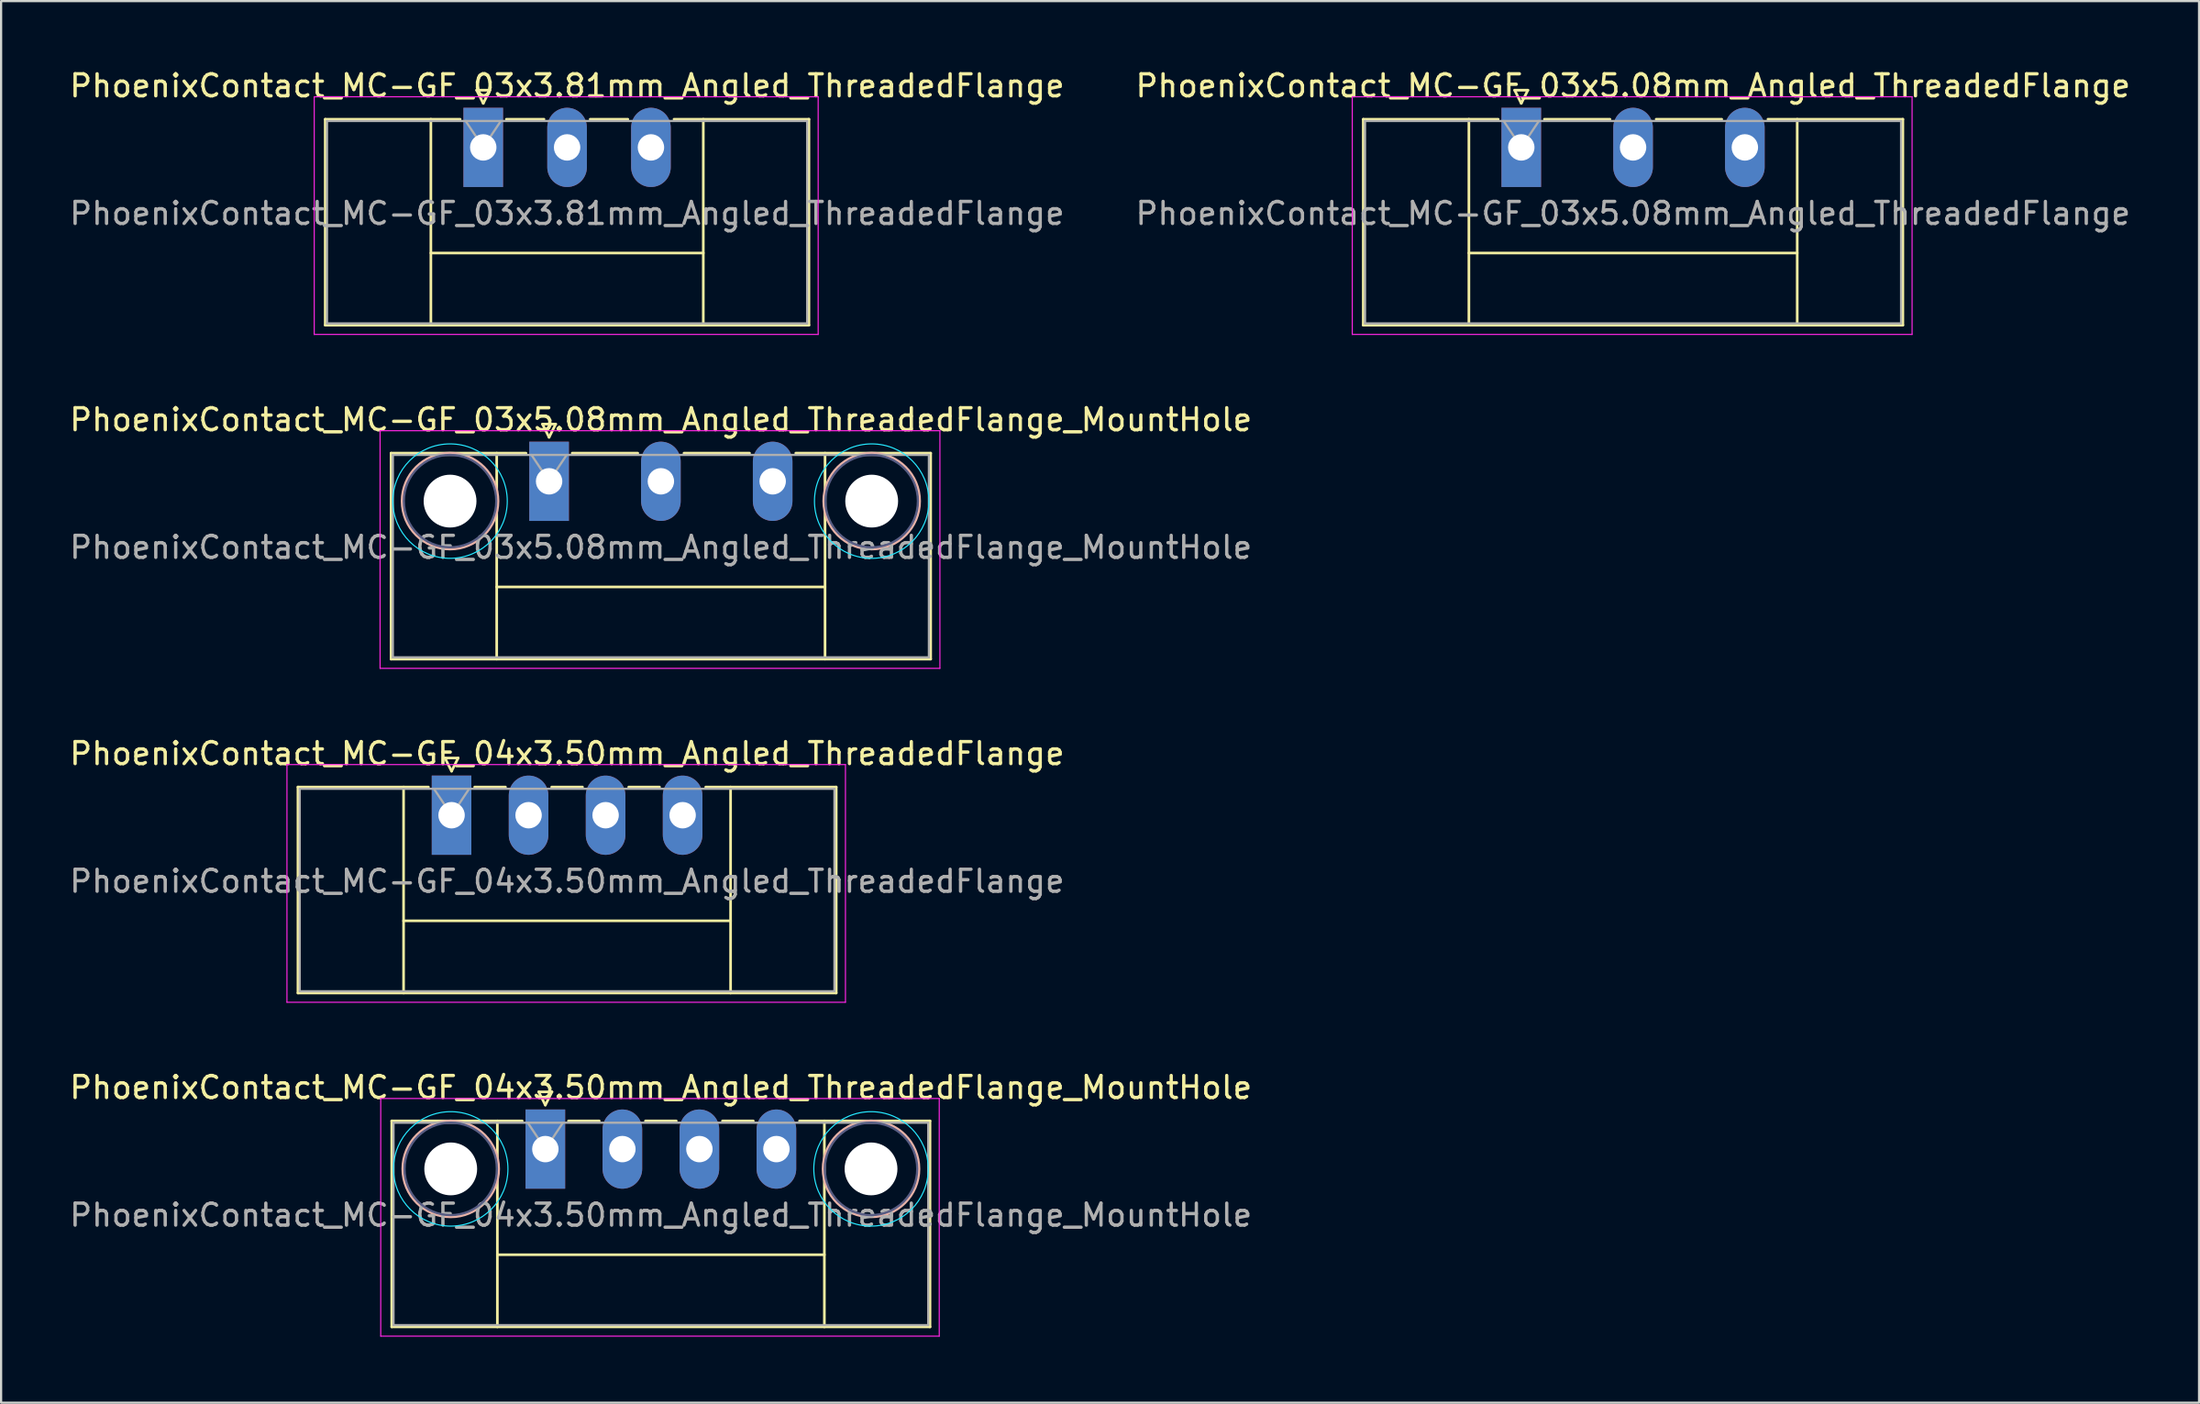
<source format=kicad_pcb>
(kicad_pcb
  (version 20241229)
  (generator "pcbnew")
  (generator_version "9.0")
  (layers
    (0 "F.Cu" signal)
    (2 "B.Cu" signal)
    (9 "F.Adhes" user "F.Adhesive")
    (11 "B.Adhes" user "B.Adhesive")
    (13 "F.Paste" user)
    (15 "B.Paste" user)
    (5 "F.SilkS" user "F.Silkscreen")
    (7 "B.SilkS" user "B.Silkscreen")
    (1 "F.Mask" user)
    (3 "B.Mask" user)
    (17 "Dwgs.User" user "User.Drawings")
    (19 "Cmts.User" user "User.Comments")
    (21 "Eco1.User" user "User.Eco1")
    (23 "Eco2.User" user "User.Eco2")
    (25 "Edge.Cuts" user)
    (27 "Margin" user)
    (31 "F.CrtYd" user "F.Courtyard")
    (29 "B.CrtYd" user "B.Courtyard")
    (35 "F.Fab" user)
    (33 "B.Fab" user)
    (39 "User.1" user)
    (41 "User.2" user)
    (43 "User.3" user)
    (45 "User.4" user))
  (footprint "PhoenixContact_MC-GF_03x5.08mm_Angled_ThreadedFlange"
    (layer "F.Cu")
    (at 66.081 3.648)
    (property "Reference" "PhoenixContact_MC-GF_03x5.08mm_Angled_ThreadedFlange" (at 5.08 -2.8 0) (layer "F.SilkS") (effects (font (size 1 1) (thickness 0.15))))
    (attr through_hole)
    (fp_line (start -7.18 -1.28) (end -7.18 8.08) (stroke (width 0.12) (type solid)) (layer "F.SilkS"))
    (fp_line (start -7.18 -1.28) (end -1.05 -1.28) (stroke (width 0.12) (type solid)) (layer "F.SilkS"))
    (fp_line (start -7.18 8.08) (end 17.34 8.08) (stroke (width 0.12) (type solid)) (layer "F.SilkS"))
    (fp_line (start -2.38 -1.28) (end -2.38 8.08) (stroke (width 0.12) (type solid)) (layer "F.SilkS"))
    (fp_line (start -2.38 4.8) (end 12.54 4.8) (stroke (width 0.12) (type solid)) (layer "F.SilkS"))
    (fp_line (start -0.3 -2.6) (end 0.3 -2.6) (stroke (width 0.12) (type solid)) (layer "F.SilkS"))
    (fp_line (start 0 -2) (end -0.3 -2.6) (stroke (width 0.12) (type solid)) (layer "F.SilkS"))
    (fp_line (start 0.3 -2.6) (end 0 -2) (stroke (width 0.12) (type solid)) (layer "F.SilkS"))
    (fp_line (start 1.05 -1.28) (end 4.03 -1.28) (stroke (width 0.12) (type solid)) (layer "F.SilkS"))
    (fp_line (start 6.13 -1.28) (end 9.11 -1.28) (stroke (width 0.12) (type solid)) (layer "F.SilkS"))
    (fp_line (start 12.54 -1.28) (end 12.54 8.08) (stroke (width 0.12) (type solid)) (layer "F.SilkS"))
    (fp_line (start 17.34 -1.28) (end 11.21 -1.28) (stroke (width 0.12) (type solid)) (layer "F.SilkS"))
    (fp_line (start 17.34 8.08) (end 17.34 -1.28) (stroke (width 0.12) (type solid)) (layer "F.SilkS"))
    (fp_line (start -7.68 -2.3) (end -7.68 8.5) (stroke (width 0.05) (type solid)) (layer "F.CrtYd"))
    (fp_line (start -7.68 8.5) (end 17.76 8.5) (stroke (width 0.05) (type solid)) (layer "F.CrtYd"))
    (fp_line (start 17.76 -2.3) (end -7.68 -2.3) (stroke (width 0.05) (type solid)) (layer "F.CrtYd"))
    (fp_line (start 17.76 8.5) (end 17.76 -2.3) (stroke (width 0.05) (type solid)) (layer "F.CrtYd"))
    (fp_line (start -7.1 -1.2) (end -7.1 8) (stroke (width 0.1) (type solid)) (layer "F.Fab"))
    (fp_line (start -7.1 8) (end 17.26 8) (stroke (width 0.1) (type solid)) (layer "F.Fab"))
    (fp_line (start 0 0) (end -0.8 -1.2) (stroke (width 0.1) (type solid)) (layer "F.Fab"))
    (fp_line (start 0.8 -1.2) (end 0 0) (stroke (width 0.1) (type solid)) (layer "F.Fab"))
    (fp_line (start 17.26 -1.2) (end -7.1 -1.2) (stroke (width 0.1) (type solid)) (layer "F.Fab"))
    (fp_line (start 17.26 8) (end 17.26 -1.2) (stroke (width 0.1) (type solid)) (layer "F.Fab"))
    (fp_text user "${REFERENCE}" (at 5.08 3 0) (layer "F.Fab") (effects (font (size 1 1) (thickness 0.15))))
    (pad "1" thru_hole rect (at 0 0) (size 1.8 3.6) (drill 1.2) (layers "*.Cu" "*.Mask"))
    (pad "2" thru_hole oval (at 5.08 0) (size 1.8 3.6) (drill 1.2) (layers "*.Cu" "*.Mask"))
    (pad "3" thru_hole oval (at 10.16 0) (size 1.8 3.6) (drill 1.2) (layers "*.Cu" "*.Mask")))
  (footprint "PhoenixContact_MC-GF_04x3.50mm_Angled_ThreadedFlange"
    (layer "F.Cu")
    (at 17.47 33.995)
    (property "Reference" "PhoenixContact_MC-GF_04x3.50mm_Angled_ThreadedFlange" (at 5.25 -2.8 0) (layer "F.SilkS") (effects (font (size 1 1) (thickness 0.15))))
    (attr through_hole)
    (fp_line (start -6.98 -1.28) (end -6.98 8.08) (stroke (width 0.12) (type solid)) (layer "F.SilkS"))
    (fp_line (start -6.98 -1.28) (end -1.05 -1.28) (stroke (width 0.12) (type solid)) (layer "F.SilkS"))
    (fp_line (start -6.98 8.08) (end 17.48 8.08) (stroke (width 0.12) (type solid)) (layer "F.SilkS"))
    (fp_line (start -2.18 -1.28) (end -2.18 8.08) (stroke (width 0.12) (type solid)) (layer "F.SilkS"))
    (fp_line (start -2.18 4.8) (end 12.68 4.8) (stroke (width 0.12) (type solid)) (layer "F.SilkS"))
    (fp_line (start -0.3 -2.6) (end 0.3 -2.6) (stroke (width 0.12) (type solid)) (layer "F.SilkS"))
    (fp_line (start 0 -2) (end -0.3 -2.6) (stroke (width 0.12) (type solid)) (layer "F.SilkS"))
    (fp_line (start 0.3 -2.6) (end 0 -2) (stroke (width 0.12) (type solid)) (layer "F.SilkS"))
    (fp_line (start 1.05 -1.28) (end 2.45 -1.28) (stroke (width 0.12) (type solid)) (layer "F.SilkS"))
    (fp_line (start 4.55 -1.28) (end 5.95 -1.28) (stroke (width 0.12) (type solid)) (layer "F.SilkS"))
    (fp_line (start 8.05 -1.28) (end 9.45 -1.28) (stroke (width 0.12) (type solid)) (layer "F.SilkS"))
    (fp_line (start 12.68 -1.28) (end 12.68 8.08) (stroke (width 0.12) (type solid)) (layer "F.SilkS"))
    (fp_line (start 17.48 -1.28) (end 11.55 -1.28) (stroke (width 0.12) (type solid)) (layer "F.SilkS"))
    (fp_line (start 17.48 8.08) (end 17.48 -1.28) (stroke (width 0.12) (type solid)) (layer "F.SilkS"))
    (fp_line (start -7.48 -2.3) (end -7.48 8.5) (stroke (width 0.05) (type solid)) (layer "F.CrtYd"))
    (fp_line (start -7.48 8.5) (end 17.9 8.5) (stroke (width 0.05) (type solid)) (layer "F.CrtYd"))
    (fp_line (start 17.9 -2.3) (end -7.48 -2.3) (stroke (width 0.05) (type solid)) (layer "F.CrtYd"))
    (fp_line (start 17.9 8.5) (end 17.9 -2.3) (stroke (width 0.05) (type solid)) (layer "F.CrtYd"))
    (fp_line (start -6.9 -1.2) (end -6.9 8) (stroke (width 0.1) (type solid)) (layer "F.Fab"))
    (fp_line (start -6.9 8) (end 17.4 8) (stroke (width 0.1) (type solid)) (layer "F.Fab"))
    (fp_line (start 0 0) (end -0.8 -1.2) (stroke (width 0.1) (type solid)) (layer "F.Fab"))
    (fp_line (start 0.8 -1.2) (end 0 0) (stroke (width 0.1) (type solid)) (layer "F.Fab"))
    (fp_line (start 17.4 -1.2) (end -6.9 -1.2) (stroke (width 0.1) (type solid)) (layer "F.Fab"))
    (fp_line (start 17.4 8) (end 17.4 -1.2) (stroke (width 0.1) (type solid)) (layer "F.Fab"))
    (fp_text user "${REFERENCE}" (at 5.25 3 0) (layer "F.Fab") (effects (font (size 1 1) (thickness 0.15))))
    (pad "1" thru_hole rect (at 0 0) (size 1.8 3.6) (drill 1.2) (layers "*.Cu" "*.Mask"))
    (pad "2" thru_hole oval (at 3.5 0) (size 1.8 3.6) (drill 1.2) (layers "*.Cu" "*.Mask"))
    (pad "3" thru_hole oval (at 7 0) (size 1.8 3.6) (drill 1.2) (layers "*.Cu" "*.Mask"))
    (pad "4" thru_hole oval (at 10.5 0) (size 1.8 3.6) (drill 1.2) (layers "*.Cu" "*.Mask")))
  (footprint "PhoenixContact_MC-GF_03x3.81mm_Angled_ThreadedFlange"
    (layer "F.Cu")
    (at 18.91 3.648)
    (property "Reference" "PhoenixContact_MC-GF_03x3.81mm_Angled_ThreadedFlange" (at 3.81 -2.8 0) (layer "F.SilkS") (effects (font (size 1 1) (thickness 0.15))))
    (attr through_hole)
    (fp_line (start -7.18 -1.28) (end -7.18 8.08) (stroke (width 0.12) (type solid)) (layer "F.SilkS"))
    (fp_line (start -7.18 -1.28) (end -1.05 -1.28) (stroke (width 0.12) (type solid)) (layer "F.SilkS"))
    (fp_line (start -7.18 8.08) (end 14.8 8.08) (stroke (width 0.12) (type solid)) (layer "F.SilkS"))
    (fp_line (start -2.38 -1.28) (end -2.38 8.08) (stroke (width 0.12) (type solid)) (layer "F.SilkS"))
    (fp_line (start -2.38 4.8) (end 10 4.8) (stroke (width 0.12) (type solid)) (layer "F.SilkS"))
    (fp_line (start -0.3 -2.6) (end 0.3 -2.6) (stroke (width 0.12) (type solid)) (layer "F.SilkS"))
    (fp_line (start 0 -2) (end -0.3 -2.6) (stroke (width 0.12) (type solid)) (layer "F.SilkS"))
    (fp_line (start 0.3 -2.6) (end 0 -2) (stroke (width 0.12) (type solid)) (layer "F.SilkS"))
    (fp_line (start 1.05 -1.28) (end 2.76 -1.28) (stroke (width 0.12) (type solid)) (layer "F.SilkS"))
    (fp_line (start 4.86 -1.28) (end 6.57 -1.28) (stroke (width 0.12) (type solid)) (layer "F.SilkS"))
    (fp_line (start 10 -1.28) (end 10 8.08) (stroke (width 0.12) (type solid)) (layer "F.SilkS"))
    (fp_line (start 14.8 -1.28) (end 8.67 -1.28) (stroke (width 0.12) (type solid)) (layer "F.SilkS"))
    (fp_line (start 14.8 8.08) (end 14.8 -1.28) (stroke (width 0.12) (type solid)) (layer "F.SilkS"))
    (fp_line (start -7.68 -2.3) (end -7.68 8.5) (stroke (width 0.05) (type solid)) (layer "F.CrtYd"))
    (fp_line (start -7.68 8.5) (end 15.22 8.5) (stroke (width 0.05) (type solid)) (layer "F.CrtYd"))
    (fp_line (start 15.22 -2.3) (end -7.68 -2.3) (stroke (width 0.05) (type solid)) (layer "F.CrtYd"))
    (fp_line (start 15.22 8.5) (end 15.22 -2.3) (stroke (width 0.05) (type solid)) (layer "F.CrtYd"))
    (fp_line (start -7.1 -1.2) (end -7.1 8) (stroke (width 0.1) (type solid)) (layer "F.Fab"))
    (fp_line (start -7.1 8) (end 14.72 8) (stroke (width 0.1) (type solid)) (layer "F.Fab"))
    (fp_line (start 0 0) (end -0.8 -1.2) (stroke (width 0.1) (type solid)) (layer "F.Fab"))
    (fp_line (start 0.8 -1.2) (end 0 0) (stroke (width 0.1) (type solid)) (layer "F.Fab"))
    (fp_line (start 14.72 -1.2) (end -7.1 -1.2) (stroke (width 0.1) (type solid)) (layer "F.Fab"))
    (fp_line (start 14.72 8) (end 14.72 -1.2) (stroke (width 0.1) (type solid)) (layer "F.Fab"))
    (fp_text user "${REFERENCE}" (at 3.81 3 0) (layer "F.Fab") (effects (font (size 1 1) (thickness 0.15))))
    (pad "1" thru_hole rect (at 0 0) (size 1.8 3.6) (drill 1.2) (layers "*.Cu" "*.Mask"))
    (pad "2" thru_hole oval (at 3.81 0) (size 1.8 3.6) (drill 1.2) (layers "*.Cu" "*.Mask"))
    (pad "3" thru_hole oval (at 7.62 0) (size 1.8 3.6) (drill 1.2) (layers "*.Cu" "*.Mask")))
  (footprint "PhoenixContact_MC-GF_03x5.08mm_Angled_ThreadedFlange_MountHole"
    (layer "F.Cu")
    (at 21.902 18.822)
    (property "Reference" "PhoenixContact_MC-GF_03x5.08mm_Angled_ThreadedFlange_MountHole" (at 5.08 -2.8 0) (layer "F.SilkS") (effects (font (size 1 1) (thickness 0.15))))
    (attr through_hole)
    (fp_line (start -7.18 -1.28) (end -7.18 8.08) (stroke (width 0.12) (type solid)) (layer "F.SilkS"))
    (fp_line (start -7.18 -1.28) (end -1.05 -1.28) (stroke (width 0.12) (type solid)) (layer "F.SilkS"))
    (fp_line (start -7.18 8.08) (end 17.34 8.08) (stroke (width 0.12) (type solid)) (layer "F.SilkS"))
    (fp_line (start -2.38 -1.28) (end -2.38 8.08) (stroke (width 0.12) (type solid)) (layer "F.SilkS"))
    (fp_line (start -2.38 4.8) (end 12.54 4.8) (stroke (width 0.12) (type solid)) (layer "F.SilkS"))
    (fp_line (start -0.3 -2.6) (end 0.3 -2.6) (stroke (width 0.12) (type solid)) (layer "F.SilkS"))
    (fp_line (start 0 -2) (end -0.3 -2.6) (stroke (width 0.12) (type solid)) (layer "F.SilkS"))
    (fp_line (start 0.3 -2.6) (end 0 -2) (stroke (width 0.12) (type solid)) (layer "F.SilkS"))
    (fp_line (start 1.05 -1.28) (end 4.03 -1.28) (stroke (width 0.12) (type solid)) (layer "F.SilkS"))
    (fp_line (start 6.13 -1.28) (end 9.11 -1.28) (stroke (width 0.12) (type solid)) (layer "F.SilkS"))
    (fp_line (start 12.54 -1.28) (end 12.54 8.08) (stroke (width 0.12) (type solid)) (layer "F.SilkS"))
    (fp_line (start 17.34 -1.28) (end 11.21 -1.28) (stroke (width 0.12) (type solid)) (layer "F.SilkS"))
    (fp_line (start 17.34 8.08) (end 17.34 -1.28) (stroke (width 0.12) (type solid)) (layer "F.SilkS"))
    (fp_circle (center -4.5 0.9) (end -2.32 0.9) (stroke (width 0.12) (type solid)) (fill no) (layer "B.SilkS"))
    (fp_circle (center 14.66 0.9) (end 16.84 0.9) (stroke (width 0.12) (type solid)) (fill no) (layer "B.SilkS"))
    (fp_circle (center -4.5 0.9) (end -1.9 0.9) (stroke (width 0.05) (type solid)) (fill no) (layer "B.CrtYd"))
    (fp_circle (center 14.66 0.9) (end 17.26 0.9) (stroke (width 0.05) (type solid)) (fill no) (layer "B.CrtYd"))
    (fp_line (start -7.68 -2.3) (end -7.68 8.5) (stroke (width 0.05) (type solid)) (layer "F.CrtYd"))
    (fp_line (start -7.68 8.5) (end 17.76 8.5) (stroke (width 0.05) (type solid)) (layer "F.CrtYd"))
    (fp_line (start 17.76 -2.3) (end -7.68 -2.3) (stroke (width 0.05) (type solid)) (layer "F.CrtYd"))
    (fp_line (start 17.76 8.5) (end 17.76 -2.3) (stroke (width 0.05) (type solid)) (layer "F.CrtYd"))
    (fp_circle (center -4.5 0.9) (end -2.4 0.9) (stroke (width 0.1) (type solid)) (fill no) (layer "B.Fab"))
    (fp_circle (center 14.66 0.9) (end 16.76 0.9) (stroke (width 0.1) (type solid)) (fill no) (layer "B.Fab"))
    (fp_line (start -7.1 -1.2) (end -7.1 8) (stroke (width 0.1) (type solid)) (layer "F.Fab"))
    (fp_line (start -7.1 8) (end 17.26 8) (stroke (width 0.1) (type solid)) (layer "F.Fab"))
    (fp_line (start 0 0) (end -0.8 -1.2) (stroke (width 0.1) (type solid)) (layer "F.Fab"))
    (fp_line (start 0.8 -1.2) (end 0 0) (stroke (width 0.1) (type solid)) (layer "F.Fab"))
    (fp_line (start 17.26 -1.2) (end -7.1 -1.2) (stroke (width 0.1) (type solid)) (layer "F.Fab"))
    (fp_line (start 17.26 8) (end 17.26 -1.2) (stroke (width 0.1) (type solid)) (layer "F.Fab"))
    (fp_text user "${REFERENCE}" (at 5.08 3 0) (layer "F.Fab") (effects (font (size 1 1) (thickness 0.15))))
    (pad "" np_thru_hole circle (at -4.5 0.9) (size 2.4 2.4) (drill 2.4) (layers "*.Cu" "*.Mask"))
    (pad "" np_thru_hole circle (at 14.66 0.9) (size 2.4 2.4) (drill 2.4) (layers "*.Cu" "*.Mask"))
    (pad "1" thru_hole rect (at 0 0) (size 1.8 3.6) (drill 1.2) (layers "*.Cu" "*.Mask"))
    (pad "2" thru_hole oval (at 5.08 0) (size 1.8 3.6) (drill 1.2) (layers "*.Cu" "*.Mask"))
    (pad "3" thru_hole oval (at 10.16 0) (size 1.8 3.6) (drill 1.2) (layers "*.Cu" "*.Mask")))
  (footprint "PhoenixContact_MC-GF_04x3.50mm_Angled_ThreadedFlange_MountHole"
    (layer "F.Cu")
    (at 21.732 49.168)
    (property "Reference" "PhoenixContact_MC-GF_04x3.50mm_Angled_ThreadedFlange_MountHole" (at 5.25 -2.8 0) (layer "F.SilkS") (effects (font (size 1 1) (thickness 0.15))))
    (attr through_hole)
    (fp_line (start -6.98 -1.28) (end -6.98 8.08) (stroke (width 0.12) (type solid)) (layer "F.SilkS"))
    (fp_line (start -6.98 -1.28) (end -1.05 -1.28) (stroke (width 0.12) (type solid)) (layer "F.SilkS"))
    (fp_line (start -6.98 8.08) (end 17.48 8.08) (stroke (width 0.12) (type solid)) (layer "F.SilkS"))
    (fp_line (start -2.18 -1.28) (end -2.18 8.08) (stroke (width 0.12) (type solid)) (layer "F.SilkS"))
    (fp_line (start -2.18 4.8) (end 12.68 4.8) (stroke (width 0.12) (type solid)) (layer "F.SilkS"))
    (fp_line (start -0.3 -2.6) (end 0.3 -2.6) (stroke (width 0.12) (type solid)) (layer "F.SilkS"))
    (fp_line (start 0 -2) (end -0.3 -2.6) (stroke (width 0.12) (type solid)) (layer "F.SilkS"))
    (fp_line (start 0.3 -2.6) (end 0 -2) (stroke (width 0.12) (type solid)) (layer "F.SilkS"))
    (fp_line (start 1.05 -1.28) (end 2.45 -1.28) (stroke (width 0.12) (type solid)) (layer "F.SilkS"))
    (fp_line (start 4.55 -1.28) (end 5.95 -1.28) (stroke (width 0.12) (type solid)) (layer "F.SilkS"))
    (fp_line (start 8.05 -1.28) (end 9.45 -1.28) (stroke (width 0.12) (type solid)) (layer "F.SilkS"))
    (fp_line (start 12.68 -1.28) (end 12.68 8.08) (stroke (width 0.12) (type solid)) (layer "F.SilkS"))
    (fp_line (start 17.48 -1.28) (end 11.55 -1.28) (stroke (width 0.12) (type solid)) (layer "F.SilkS"))
    (fp_line (start 17.48 8.08) (end 17.48 -1.28) (stroke (width 0.12) (type solid)) (layer "F.SilkS"))
    (fp_circle (center -4.3 0.9) (end -2.12 0.9) (stroke (width 0.12) (type solid)) (fill no) (layer "B.SilkS"))
    (fp_circle (center 14.8 0.9) (end 16.98 0.9) (stroke (width 0.12) (type solid)) (fill no) (layer "B.SilkS"))
    (fp_circle (center -4.3 0.9) (end -1.7 0.9) (stroke (width 0.05) (type solid)) (fill no) (layer "B.CrtYd"))
    (fp_circle (center 14.8 0.9) (end 17.4 0.9) (stroke (width 0.05) (type solid)) (fill no) (layer "B.CrtYd"))
    (fp_line (start -7.48 -2.3) (end -7.48 8.5) (stroke (width 0.05) (type solid)) (layer "F.CrtYd"))
    (fp_line (start -7.48 8.5) (end 17.9 8.5) (stroke (width 0.05) (type solid)) (layer "F.CrtYd"))
    (fp_line (start 17.9 -2.3) (end -7.48 -2.3) (stroke (width 0.05) (type solid)) (layer "F.CrtYd"))
    (fp_line (start 17.9 8.5) (end 17.9 -2.3) (stroke (width 0.05) (type solid)) (layer "F.CrtYd"))
    (fp_circle (center -4.3 0.9) (end -2.2 0.9) (stroke (width 0.1) (type solid)) (fill no) (layer "B.Fab"))
    (fp_circle (center 14.8 0.9) (end 16.9 0.9) (stroke (width 0.1) (type solid)) (fill no) (layer "B.Fab"))
    (fp_line (start -6.9 -1.2) (end -6.9 8) (stroke (width 0.1) (type solid)) (layer "F.Fab"))
    (fp_line (start -6.9 8) (end 17.4 8) (stroke (width 0.1) (type solid)) (layer "F.Fab"))
    (fp_line (start 0 0) (end -0.8 -1.2) (stroke (width 0.1) (type solid)) (layer "F.Fab"))
    (fp_line (start 0.8 -1.2) (end 0 0) (stroke (width 0.1) (type solid)) (layer "F.Fab"))
    (fp_line (start 17.4 -1.2) (end -6.9 -1.2) (stroke (width 0.1) (type solid)) (layer "F.Fab"))
    (fp_line (start 17.4 8) (end 17.4 -1.2) (stroke (width 0.1) (type solid)) (layer "F.Fab"))
    (fp_text user "${REFERENCE}" (at 5.25 3 0) (layer "F.Fab") (effects (font (size 1 1) (thickness 0.15))))
    (pad "" np_thru_hole circle (at -4.3 0.9) (size 2.4 2.4) (drill 2.4) (layers "*.Cu" "*.Mask"))
    (pad "" np_thru_hole circle (at 14.8 0.9) (size 2.4 2.4) (drill 2.4) (layers "*.Cu" "*.Mask"))
    (pad "1" thru_hole rect (at 0 0) (size 1.8 3.6) (drill 1.2) (layers "*.Cu" "*.Mask"))
    (pad "2" thru_hole oval (at 3.5 0) (size 1.8 3.6) (drill 1.2) (layers "*.Cu" "*.Mask"))
    (pad "3" thru_hole oval (at 7 0) (size 1.8 3.6) (drill 1.2) (layers "*.Cu" "*.Mask"))
    (pad "4" thru_hole oval (at 10.5 0) (size 1.8 3.6) (drill 1.2) (layers "*.Cu" "*.Mask")))
  (gr_rect
    (start -3 -3)
    (end 96.881 60.693)
    (stroke (width 0.1) (type default))
    (fill no)
    (layer "Edge.Cuts")))
</source>
